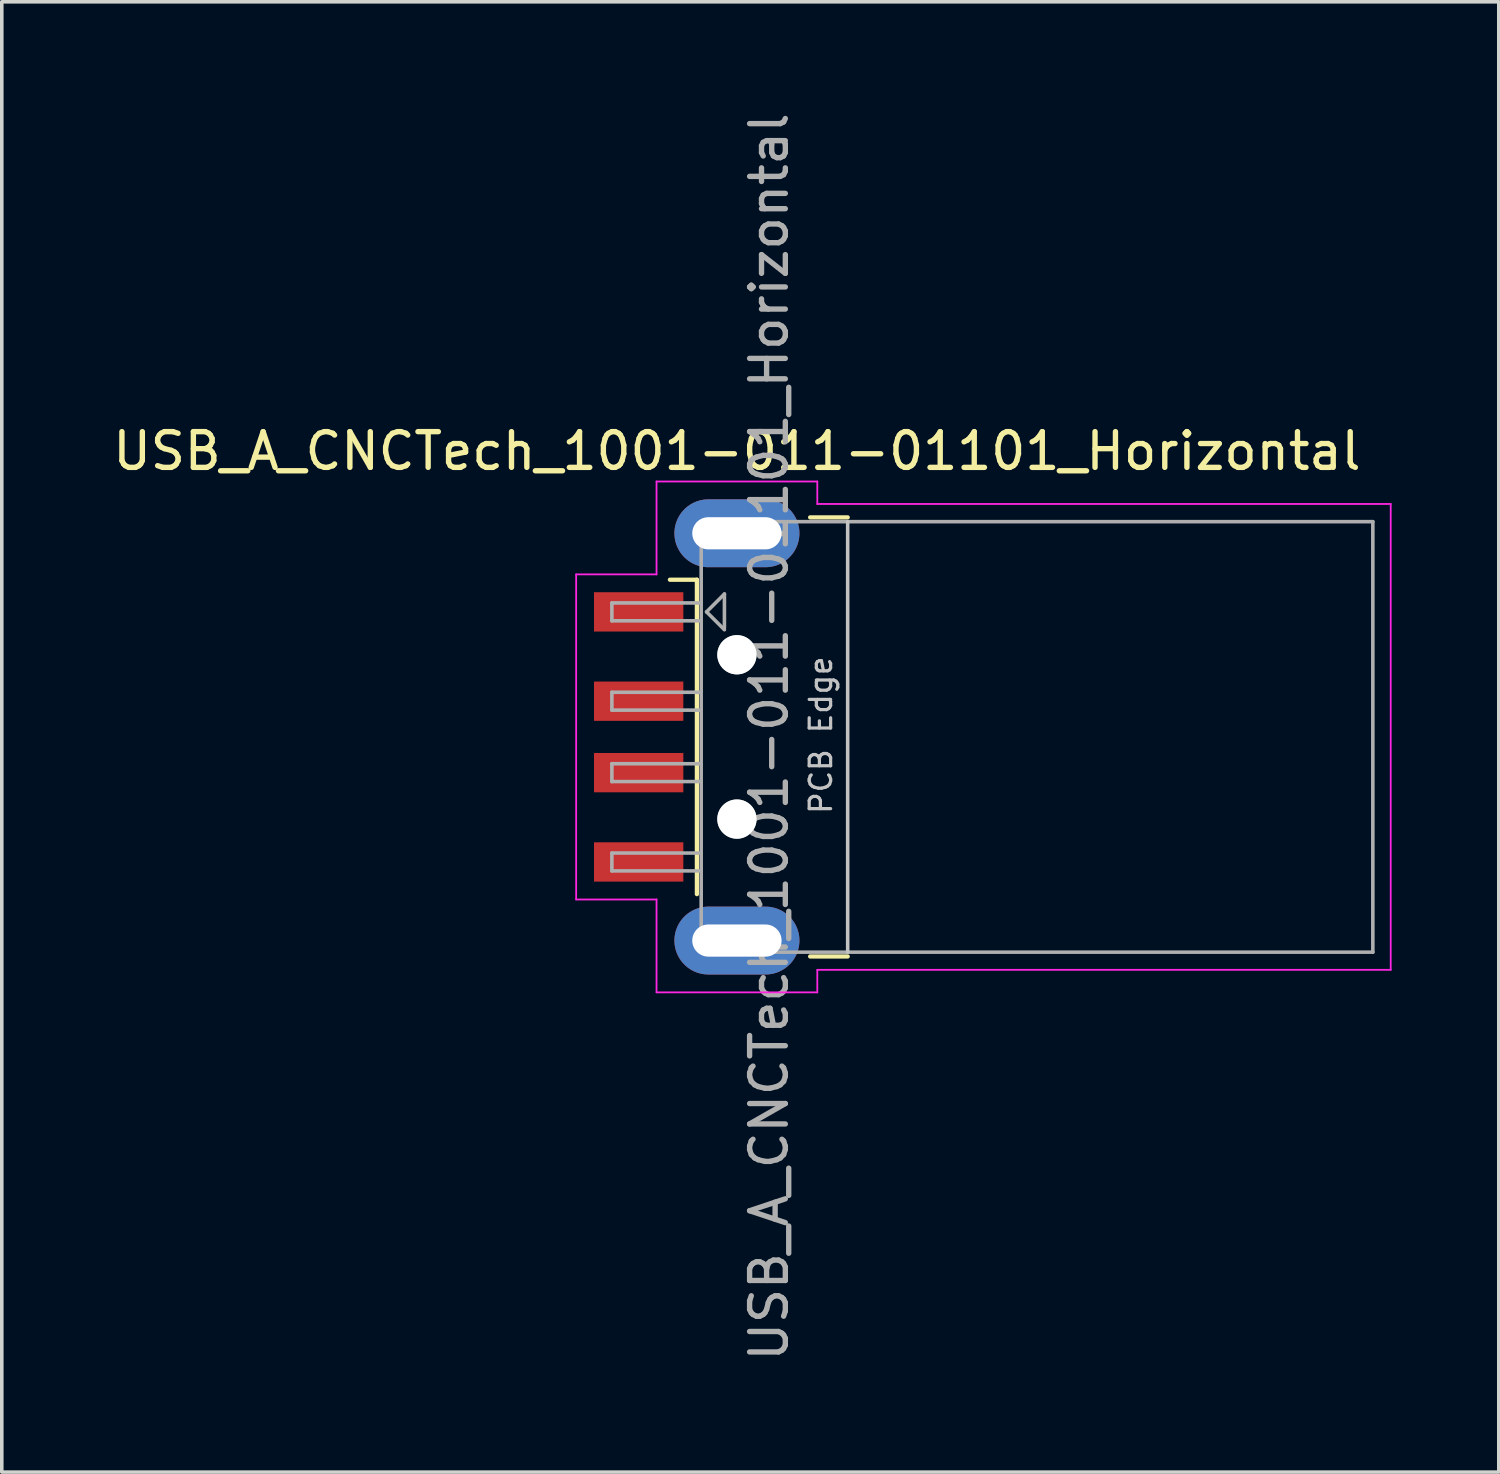
<source format=kicad_pcb>
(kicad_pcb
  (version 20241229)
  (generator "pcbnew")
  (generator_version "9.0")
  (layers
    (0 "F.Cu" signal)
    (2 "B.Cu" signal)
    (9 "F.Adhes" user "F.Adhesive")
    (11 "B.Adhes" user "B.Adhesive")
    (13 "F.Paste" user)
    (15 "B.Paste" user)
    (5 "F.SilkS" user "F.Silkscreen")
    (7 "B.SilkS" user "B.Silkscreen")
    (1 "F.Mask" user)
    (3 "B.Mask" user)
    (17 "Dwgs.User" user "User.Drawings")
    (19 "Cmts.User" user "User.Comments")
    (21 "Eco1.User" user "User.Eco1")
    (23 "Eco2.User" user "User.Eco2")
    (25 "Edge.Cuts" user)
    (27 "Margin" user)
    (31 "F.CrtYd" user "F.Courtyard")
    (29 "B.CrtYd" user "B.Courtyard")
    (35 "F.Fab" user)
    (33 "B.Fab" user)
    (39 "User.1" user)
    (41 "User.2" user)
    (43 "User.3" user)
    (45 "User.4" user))
  (footprint "USB_A_CNCTech_1001-011-01101_Horizontal"
    (layer "F.Cu")
    (at 24.477 17.577)
    (property "Reference" "USB_A_CNCTech_1001-011-01101_Horizontal" (at -6.9 -8 0) (layer "F.SilkS") (effects (font (size 1 1) (thickness 0.15))))
    (attr smd)
    (fp_line (start -8.02 -4.4) (end -8.775 -4.4) (stroke (width 0.12) (type solid)) (layer "F.SilkS"))
    (fp_line (start -8.02 -4.4) (end -8.02 4.4) (stroke (width 0.12) (type solid)) (layer "F.SilkS"))
    (fp_line (start -4.85 -6.145) (end -3.8 -6.145) (stroke (width 0.12) (type solid)) (layer "F.SilkS"))
    (fp_line (start -4.85 6.145) (end -3.8 6.145) (stroke (width 0.12) (type solid)) (layer "F.SilkS"))
    (fp_line (start -3.8 6.025) (end -3.8 -6.025) (stroke (width 0.1) (type solid)) (layer "Dwgs.User"))
    (fp_line (start -11.4 -4.55) (end -9.15 -4.55) (stroke (width 0.05) (type solid)) (layer "F.CrtYd"))
    (fp_line (start -11.4 4.55) (end -11.4 -4.55) (stroke (width 0.05) (type solid)) (layer "F.CrtYd"))
    (fp_line (start -11.4 4.55) (end -9.15 4.55) (stroke (width 0.05) (type solid)) (layer "F.CrtYd"))
    (fp_line (start -9.15 -7.15) (end -9.15 -4.55) (stroke (width 0.05) (type solid)) (layer "F.CrtYd"))
    (fp_line (start -9.15 -7.15) (end -4.65 -7.15) (stroke (width 0.05) (type solid)) (layer "F.CrtYd"))
    (fp_line (start -9.15 4.55) (end -9.15 7.15) (stroke (width 0.05) (type solid)) (layer "F.CrtYd"))
    (fp_line (start -9.15 7.15) (end -4.65 7.15) (stroke (width 0.05) (type solid)) (layer "F.CrtYd"))
    (fp_line (start -4.65 -6.52) (end -4.65 -7.15) (stroke (width 0.05) (type solid)) (layer "F.CrtYd"))
    (fp_line (start -4.65 -6.52) (end 11.4 -6.52) (stroke (width 0.05) (type solid)) (layer "F.CrtYd"))
    (fp_line (start -4.65 6.52) (end 11.4 6.52) (stroke (width 0.05) (type solid)) (layer "F.CrtYd"))
    (fp_line (start -4.65 7.15) (end -4.65 6.52) (stroke (width 0.05) (type solid)) (layer "F.CrtYd"))
    (fp_line (start 11.4 6.52) (end 11.4 -6.52) (stroke (width 0.05) (type solid)) (layer "F.CrtYd"))
    (fp_line (start -10.4 -3.75) (end -7.9 -3.75) (stroke (width 0.1) (type solid)) (layer "F.Fab"))
    (fp_line (start -10.4 -3.25) (end -10.4 -3.75) (stroke (width 0.1) (type solid)) (layer "F.Fab"))
    (fp_line (start -10.4 -3.25) (end -7.9 -3.25) (stroke (width 0.1) (type solid)) (layer "F.Fab"))
    (fp_line (start -10.4 -1.25) (end -7.9 -1.25) (stroke (width 0.1) (type solid)) (layer "F.Fab"))
    (fp_line (start -10.4 -0.75) (end -10.4 -1.25) (stroke (width 0.1) (type solid)) (layer "F.Fab"))
    (fp_line (start -10.4 -0.75) (end -7.9 -0.75) (stroke (width 0.1) (type solid)) (layer "F.Fab"))
    (fp_line (start -10.4 0.75) (end -7.9 0.75) (stroke (width 0.1) (type solid)) (layer "F.Fab"))
    (fp_line (start -10.4 1.25) (end -10.4 0.75) (stroke (width 0.1) (type solid)) (layer "F.Fab"))
    (fp_line (start -10.4 1.25) (end -7.9 1.25) (stroke (width 0.1) (type solid)) (layer "F.Fab"))
    (fp_line (start -10.4 3.25) (end -7.9 3.25) (stroke (width 0.1) (type solid)) (layer "F.Fab"))
    (fp_line (start -10.4 3.75) (end -10.4 3.25) (stroke (width 0.1) (type solid)) (layer "F.Fab"))
    (fp_line (start -10.4 3.75) (end -7.9 3.75) (stroke (width 0.1) (type solid)) (layer "F.Fab"))
    (fp_line (start -7.9 -6.025) (end 10.9 -6.025) (stroke (width 0.1) (type solid)) (layer "F.Fab"))
    (fp_line (start -7.9 6.025) (end -7.9 -6.025) (stroke (width 0.1) (type solid)) (layer "F.Fab"))
    (fp_line (start -7.9 6.025) (end 10.9 6.025) (stroke (width 0.1) (type solid)) (layer "F.Fab"))
    (fp_line (start -7.75 -3.5) (end -7.25 -4) (stroke (width 0.1) (type solid)) (layer "F.Fab"))
    (fp_line (start -7.75 -3.5) (end -7.25 -3) (stroke (width 0.1) (type solid)) (layer "F.Fab"))
    (fp_line (start -7.25 -4) (end -7.25 -3.05) (stroke (width 0.1) (type solid)) (layer "F.Fab"))
    (fp_line (start 10.9 6.025) (end 10.9 -6.025) (stroke (width 0.1) (type solid)) (layer "F.Fab"))
    (fp_circle (center -6.9 -2.3) (end -6.9 -2.8) (stroke (width 0.1) (type solid)) (fill no) (layer "F.Fab"))
    (fp_circle (center -6.9 2.3) (end -6.9 2.8) (stroke (width 0.1) (type solid)) (fill no) (layer "F.Fab"))
    (fp_text user "PCB Edge" (at -4.55 -0.05 90) (layer "Dwgs.User") (effects (font (size 0.6 0.6) (thickness 0.09))))
    (fp_text user "${REFERENCE}" (at -6 0 90) (layer "F.Fab") (effects (font (size 1 1) (thickness 0.15))))
    (pad "" np_thru_hole circle (at -6.9 -2.3) (size 1.1 1.1) (drill 1.1) (layers "*.Cu" "*.Mask"))
    (pad "" np_thru_hole circle (at -6.9 2.3) (size 1.1 1.1) (drill 1.1) (layers "*.Cu" "*.Mask"))
    (pad "1" smd rect (at -9.65 -3.5) (size 2.5 1.1) (layers "F.Cu" "F.Mask" "F.Paste"))
    (pad "2" smd rect (at -9.65 -1) (size 2.5 1.1) (layers "F.Cu" "F.Mask" "F.Paste"))
    (pad "3" smd rect (at -9.65 1) (size 2.5 1.1) (layers "F.Cu" "F.Mask" "F.Paste"))
    (pad "4" smd rect (at -9.65 3.5) (size 2.5 1.1) (layers "F.Cu" "F.Mask" "F.Paste"))
    (pad "5" thru_hole oval (at -6.9 -5.7) (size 3.5 1.9) (drill oval 2.5 0.9) (layers "*.Cu" "*.Mask"))
    (pad "5" thru_hole oval (at -6.9 5.7) (size 3.5 1.9) (drill oval 2.5 0.9) (layers "*.Cu" "*.Mask")))
  (gr_rect
    (start -3 -3)
    (end 38.902 38.155)
    (stroke (width 0.1) (type default))
    (fill no)
    (layer "Edge.Cuts")))
</source>
